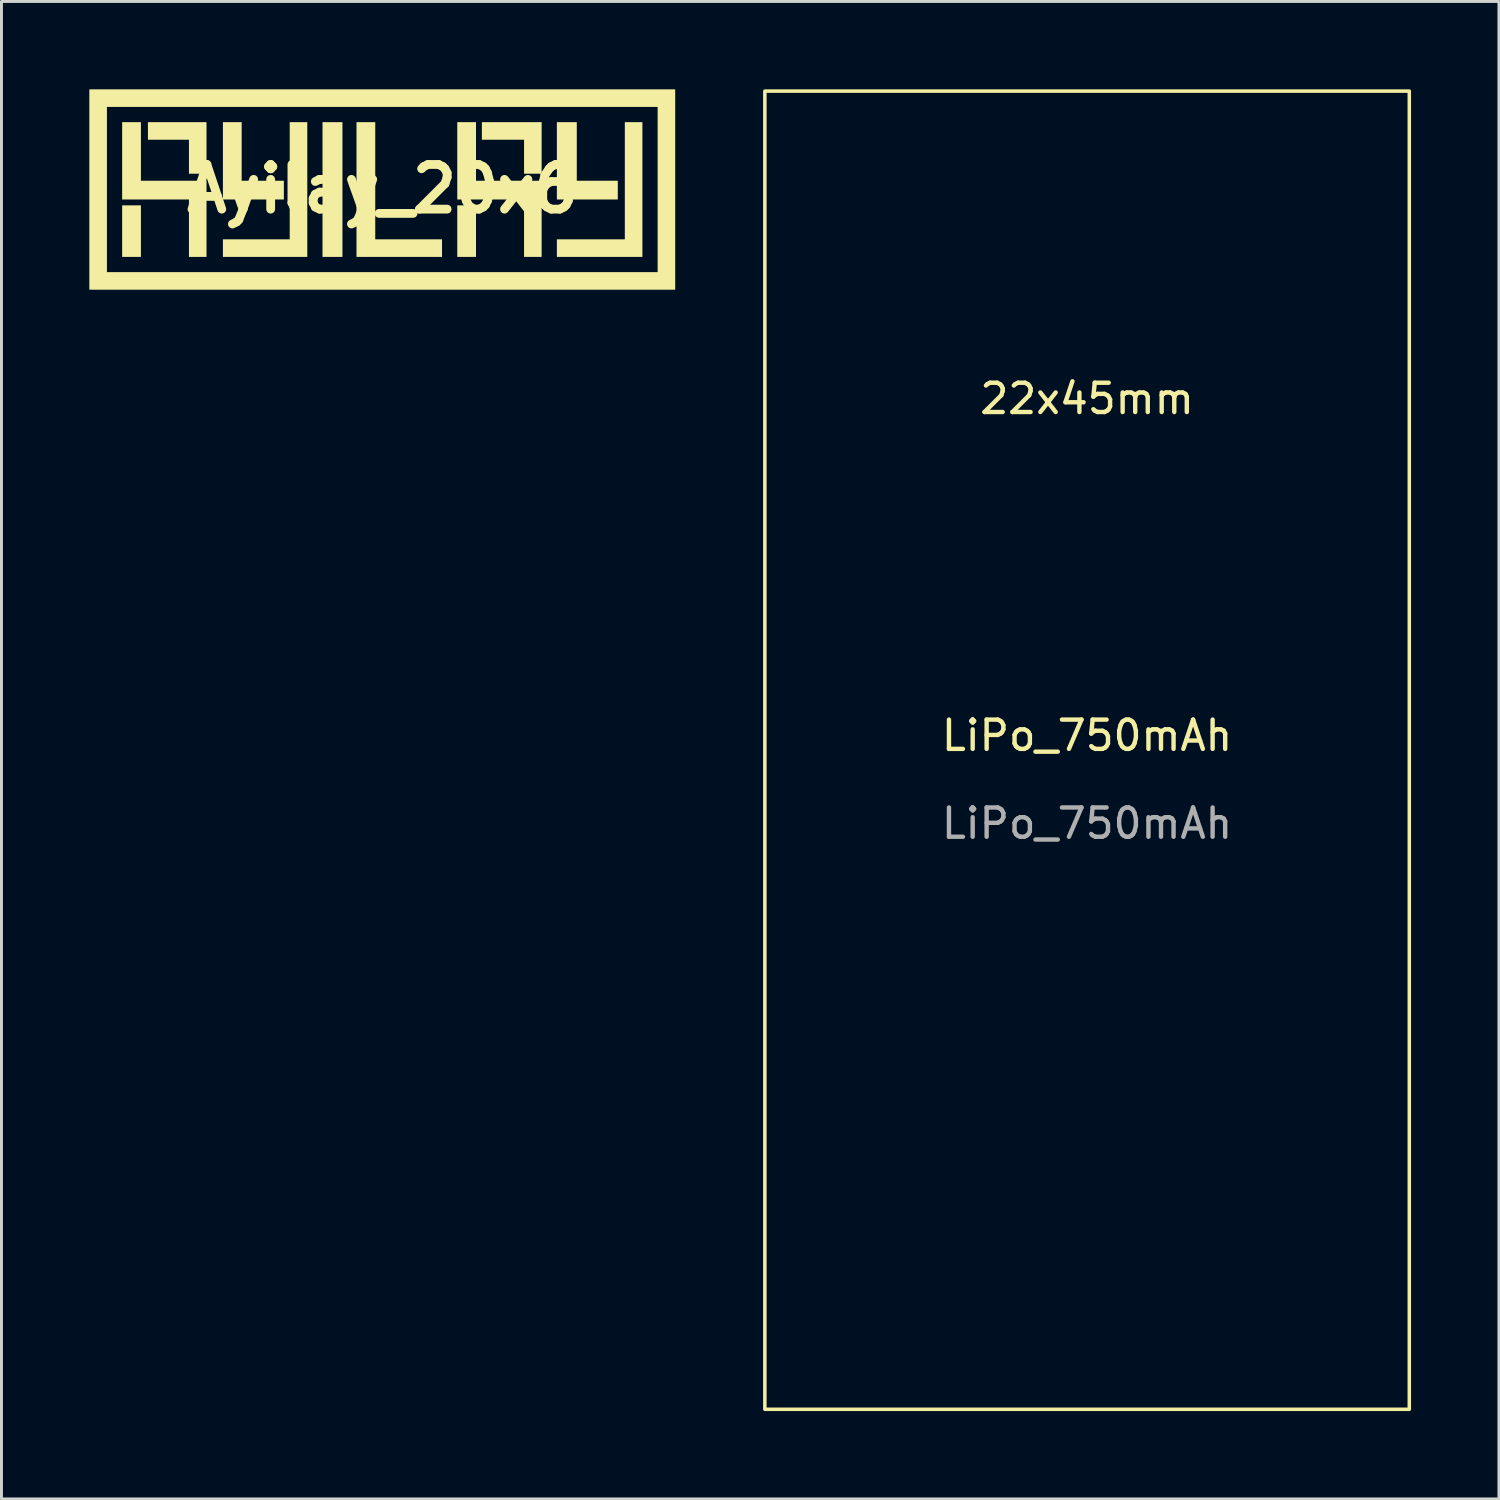
<source format=kicad_pcb>
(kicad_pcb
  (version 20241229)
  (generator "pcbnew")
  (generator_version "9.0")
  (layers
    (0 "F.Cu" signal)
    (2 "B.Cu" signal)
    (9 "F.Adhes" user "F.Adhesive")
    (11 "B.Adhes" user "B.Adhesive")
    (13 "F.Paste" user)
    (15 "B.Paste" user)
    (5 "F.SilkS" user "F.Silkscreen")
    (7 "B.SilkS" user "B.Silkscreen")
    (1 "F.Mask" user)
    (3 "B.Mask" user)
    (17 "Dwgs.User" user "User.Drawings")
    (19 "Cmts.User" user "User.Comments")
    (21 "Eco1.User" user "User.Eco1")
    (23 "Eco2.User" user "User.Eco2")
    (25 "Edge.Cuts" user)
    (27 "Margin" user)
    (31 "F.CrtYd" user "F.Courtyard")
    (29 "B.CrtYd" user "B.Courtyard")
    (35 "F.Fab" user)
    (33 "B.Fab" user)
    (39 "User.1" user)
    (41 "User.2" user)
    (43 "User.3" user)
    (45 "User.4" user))
  (footprint "Ayilay_20x6"
    (layer "F.Cu")
    (at 10 3.4)
    (property "Reference" "Ayilay_20x6" (at 0 0 0) (layer "F.SilkS") (effects (font (size 1.524 1.524) (thickness 0.3))))
    (attr board_only exclude_from_pos_files exclude_from_bom)
    (fp_poly (pts (xy -8.24 2.32) (xy -8.88 2.32) (xy -8.88 0.56) (xy -8.24 0.56)) (stroke (width 0) (type solid)) (fill yes) (layer "F.SilkS"))
    (fp_poly (pts (xy -1.36 2.32) (xy -2.04 2.32) (xy -2.04 -2.28) (xy -1.36 -2.28)) (stroke (width 0) (type solid)) (fill yes) (layer "F.SilkS"))
    (fp_poly (pts (xy 3.2 2.32) (xy 2.56 2.32) (xy 2.56 0.56) (xy 3.2 0.56)) (stroke (width 0) (type solid)) (fill yes) (layer "F.SilkS"))
    (fp_poly (pts (xy -6 -0.52) (xy -6.6 -0.52) (xy -6.6 -1.68) (xy -8 -1.68) (xy -8 -2.28) (xy -6 -2.28)) (stroke (width 0) (type solid)) (fill yes) (layer "F.SilkS"))
    (fp_poly (pts (xy -4.8 -0.28) (xy -3.36 -0.28) (xy -3.36 0.36) (xy -5.44 0.36) (xy -5.44 -2.28) (xy -4.8 -2.28)) (stroke (width 0) (type solid)) (fill yes) (layer "F.SilkS"))
    (fp_poly (pts (xy -2.56 2.32) (xy -5.44 2.32) (xy -5.44 1.72) (xy -3.16 1.72) (xy -3.16 -2.28) (xy -2.56 -2.28)) (stroke (width 0) (type solid)) (fill yes) (layer "F.SilkS"))
    (fp_poly (pts (xy -0.24 1.72) (xy 2.04 1.72) (xy 2.04 2.32) (xy -0.88 2.32) (xy -0.88 -2.28) (xy -0.24 -2.28)) (stroke (width 0) (type solid)) (fill yes) (layer "F.SilkS"))
    (fp_poly (pts (xy 5.44 -0.52) (xy 4.84 -0.52) (xy 4.84 -1.68) (xy 3.4 -1.68) (xy 3.4 -2.28) (xy 5.44 -2.28)) (stroke (width 0) (type solid)) (fill yes) (layer "F.SilkS"))
    (fp_poly (pts (xy 6.64 -0.28) (xy 8.04 -0.28) (xy 8.04 0.36) (xy 5.96 0.36) (xy 5.96 -2.28) (xy 6.64 -2.28)) (stroke (width 0) (type solid)) (fill yes) (layer "F.SilkS"))
    (fp_poly (pts (xy 8.88 2.32) (xy 5.96 2.32) (xy 5.96 1.72) (xy 8.28 1.72) (xy 8.28 -2.28) (xy 8.88 -2.28)) (stroke (width 0) (type solid)) (fill yes) (layer "F.SilkS"))
    (fp_poly (pts (xy -8.24 -0.28) (xy -6 -0.28) (xy -6 2.32) (xy -6.6 2.32) (xy -6.6 0.36) (xy -8.88 0.36) (xy -8.88 -2.28) (xy -8.24 -2.28)) (stroke (width 0) (type solid)) (fill yes) (layer "F.SilkS"))
    (fp_poly (pts (xy 3.2 -0.28) (xy 5.44 -0.28) (xy 5.44 2.32) (xy 4.84 2.32) (xy 4.84 0.36) (xy 2.56 0.36) (xy 2.56 -2.28) (xy 3.2 -2.28)) (stroke (width 0) (type solid)) (fill yes) (layer "F.SilkS"))
    (fp_poly (pts (xy 10 3.44) (xy -10 3.44) (xy -10 2.84) (xy -9.4 2.84) (xy 9.4 2.84) (xy 9.4 -2.8) (xy -9.4 -2.8) (xy -9.4 2.84) (xy -10 2.84) (xy -10 -3.4) (xy 10 -3.4)) (stroke (width 0) (type solid)) (fill yes) (layer "F.SilkS")))
  (footprint "LiPo_750mAh"
    (layer "F.Cu")
    (at 34.06 22.56)
    (property "Reference" "LiPo_750mAh" (at 0 -0.5 0) (unlocked yes) (layer "F.SilkS") (effects (font (size 1 1) (thickness 0.15))))
    (fp_rect (start -11 22.5) (end 11 -22.5) (stroke (width 0.12) (type solid)) (fill no) (layer "F.SilkS"))
    (fp_text user "22x45mm" (at 0 -12 0) (unlocked yes) (layer "F.SilkS") (effects (font (size 1 1) (thickness 0.15))))
    (fp_text user "${REFERENCE}" (at 0 2.5 0) (unlocked yes) (layer "F.Fab") (effects (font (size 1 1) (thickness 0.15)))))
  (gr_rect
    (start -3 -3)
    (end 48.12 48.12)
    (stroke (width 0.1) (type default))
    (fill no)
    (layer "Edge.Cuts")))
</source>
